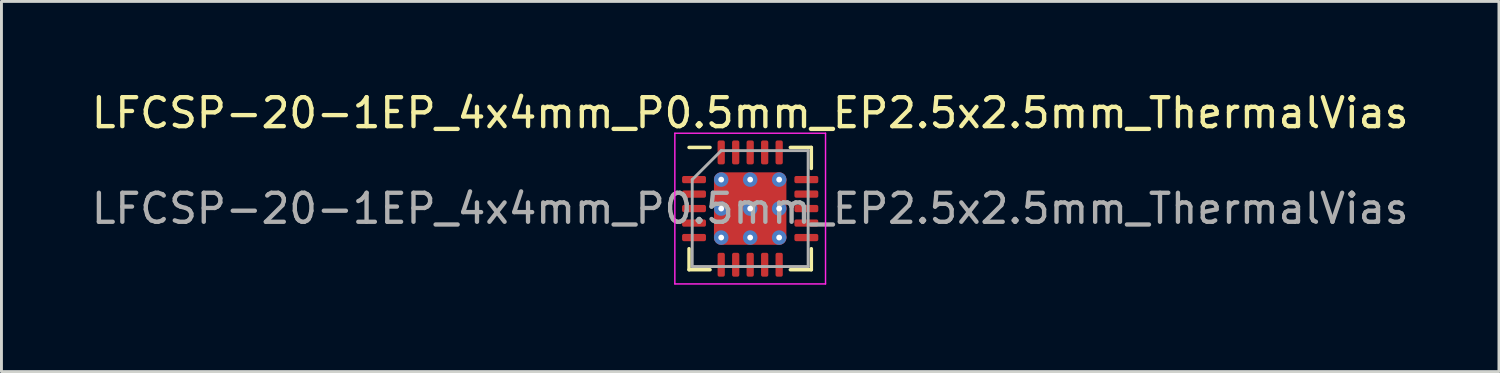
<source format=kicad_pcb>
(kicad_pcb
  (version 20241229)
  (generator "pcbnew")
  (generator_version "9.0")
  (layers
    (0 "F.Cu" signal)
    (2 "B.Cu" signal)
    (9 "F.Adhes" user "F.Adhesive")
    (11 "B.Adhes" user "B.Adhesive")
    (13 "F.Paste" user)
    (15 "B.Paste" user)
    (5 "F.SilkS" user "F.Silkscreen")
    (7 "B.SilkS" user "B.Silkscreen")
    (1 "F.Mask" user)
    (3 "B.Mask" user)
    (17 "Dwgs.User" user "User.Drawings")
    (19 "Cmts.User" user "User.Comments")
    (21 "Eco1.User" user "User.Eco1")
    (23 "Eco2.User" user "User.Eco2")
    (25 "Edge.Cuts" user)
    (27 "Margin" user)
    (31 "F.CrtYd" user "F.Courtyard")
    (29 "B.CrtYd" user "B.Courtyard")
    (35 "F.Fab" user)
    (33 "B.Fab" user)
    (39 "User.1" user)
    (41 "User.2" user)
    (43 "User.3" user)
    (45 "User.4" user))
  (footprint "LFCSP-20-1EP_4x4mm_P0.5mm_EP2.5x2.5mm_ThermalVias"
    (layer "F.Cu")
    (at 22.839 4.148)
    (property "Reference" "LFCSP-20-1EP_4x4mm_P0.5mm_EP2.5x2.5mm_ThermalVias" (at 0 -3.3 0) (layer "F.SilkS") (effects (font (size 1 1) (thickness 0.15))))
    (attr smd)
    (fp_line (start -2.11 2.11) (end -2.11 1.385) (stroke (width 0.12) (type solid)) (layer "F.SilkS"))
    (fp_line (start -1.385 -2.11) (end -2.11 -2.11) (stroke (width 0.12) (type solid)) (layer "F.SilkS"))
    (fp_line (start -1.385 2.11) (end -2.11 2.11) (stroke (width 0.12) (type solid)) (layer "F.SilkS"))
    (fp_line (start 1.385 -2.11) (end 2.11 -2.11) (stroke (width 0.12) (type solid)) (layer "F.SilkS"))
    (fp_line (start 1.385 2.11) (end 2.11 2.11) (stroke (width 0.12) (type solid)) (layer "F.SilkS"))
    (fp_line (start 2.11 -2.11) (end 2.11 -1.385) (stroke (width 0.12) (type solid)) (layer "F.SilkS"))
    (fp_line (start 2.11 2.11) (end 2.11 1.385) (stroke (width 0.12) (type solid)) (layer "F.SilkS"))
    (fp_line (start -2.6 -2.6) (end -2.6 2.6) (stroke (width 0.05) (type solid)) (layer "F.CrtYd"))
    (fp_line (start -2.6 2.6) (end 2.6 2.6) (stroke (width 0.05) (type solid)) (layer "F.CrtYd"))
    (fp_line (start 2.6 -2.6) (end -2.6 -2.6) (stroke (width 0.05) (type solid)) (layer "F.CrtYd"))
    (fp_line (start 2.6 2.6) (end 2.6 -2.6) (stroke (width 0.05) (type solid)) (layer "F.CrtYd"))
    (fp_line (start -2 -1) (end -1 -2) (stroke (width 0.1) (type solid)) (layer "F.Fab"))
    (fp_line (start -2 2) (end -2 -1) (stroke (width 0.1) (type solid)) (layer "F.Fab"))
    (fp_line (start -1 -2) (end 2 -2) (stroke (width 0.1) (type solid)) (layer "F.Fab"))
    (fp_line (start 2 -2) (end 2 2) (stroke (width 0.1) (type solid)) (layer "F.Fab"))
    (fp_line (start 2 2) (end -2 2) (stroke (width 0.1) (type solid)) (layer "F.Fab"))
    (fp_text user "${REFERENCE}" (at 0 0 0) (layer "F.Fab") (effects (font (size 1 1) (thickness 0.15))))
    (pad "" smd roundrect (at -0.625 -0.625) (size 1.08 1.08) (layers "F.Paste") (roundrect_rratio 0.231))
    (pad "" smd roundrect (at -0.625 0.625) (size 1.08 1.08) (layers "F.Paste") (roundrect_rratio 0.231))
    (pad "" smd roundrect (at 0.625 -0.625) (size 1.08 1.08) (layers "F.Paste") (roundrect_rratio 0.231))
    (pad "" smd roundrect (at 0.625 0.625) (size 1.08 1.08) (layers "F.Paste") (roundrect_rratio 0.231))
    (pad "1" smd roundrect (at -1.938 -1) (size 0.825 0.25) (layers "F.Cu" "F.Mask" "F.Paste") (roundrect_rratio 0.25))
    (pad "2" smd roundrect (at -1.938 -0.5) (size 0.825 0.25) (layers "F.Cu" "F.Mask" "F.Paste") (roundrect_rratio 0.25))
    (pad "3" smd roundrect (at -1.938 0) (size 0.825 0.25) (layers "F.Cu" "F.Mask" "F.Paste") (roundrect_rratio 0.25))
    (pad "4" smd roundrect (at -1.938 0.5) (size 0.825 0.25) (layers "F.Cu" "F.Mask" "F.Paste") (roundrect_rratio 0.25))
    (pad "5" smd roundrect (at -1.938 1) (size 0.825 0.25) (layers "F.Cu" "F.Mask" "F.Paste") (roundrect_rratio 0.25))
    (pad "6" smd roundrect (at -1 1.938) (size 0.25 0.825) (layers "F.Cu" "F.Mask" "F.Paste") (roundrect_rratio 0.25))
    (pad "7" smd roundrect (at -0.5 1.938) (size 0.25 0.825) (layers "F.Cu" "F.Mask" "F.Paste") (roundrect_rratio 0.25))
    (pad "8" smd roundrect (at 0 1.938) (size 0.25 0.825) (layers "F.Cu" "F.Mask" "F.Paste") (roundrect_rratio 0.25))
    (pad "9" smd roundrect (at 0.5 1.938) (size 0.25 0.825) (layers "F.Cu" "F.Mask" "F.Paste") (roundrect_rratio 0.25))
    (pad "10" smd roundrect (at 1 1.938) (size 0.25 0.825) (layers "F.Cu" "F.Mask" "F.Paste") (roundrect_rratio 0.25))
    (pad "11" smd roundrect (at 1.938 1) (size 0.825 0.25) (layers "F.Cu" "F.Mask" "F.Paste") (roundrect_rratio 0.25))
    (pad "12" smd roundrect (at 1.938 0.5) (size 0.825 0.25) (layers "F.Cu" "F.Mask" "F.Paste") (roundrect_rratio 0.25))
    (pad "13" smd roundrect (at 1.938 0) (size 0.825 0.25) (layers "F.Cu" "F.Mask" "F.Paste") (roundrect_rratio 0.25))
    (pad "14" smd roundrect (at 1.938 -0.5) (size 0.825 0.25) (layers "F.Cu" "F.Mask" "F.Paste") (roundrect_rratio 0.25))
    (pad "15" smd roundrect (at 1.938 -1) (size 0.825 0.25) (layers "F.Cu" "F.Mask" "F.Paste") (roundrect_rratio 0.25))
    (pad "16" smd roundrect (at 1 -1.938) (size 0.25 0.825) (layers "F.Cu" "F.Mask" "F.Paste") (roundrect_rratio 0.25))
    (pad "17" smd roundrect (at 0.5 -1.938) (size 0.25 0.825) (layers "F.Cu" "F.Mask" "F.Paste") (roundrect_rratio 0.25))
    (pad "18" smd roundrect (at 0 -1.938) (size 0.25 0.825) (layers "F.Cu" "F.Mask" "F.Paste") (roundrect_rratio 0.25))
    (pad "19" smd roundrect (at -0.5 -1.938) (size 0.25 0.825) (layers "F.Cu" "F.Mask" "F.Paste") (roundrect_rratio 0.25))
    (pad "20" smd roundrect (at -1 -1.938) (size 0.25 0.825) (layers "F.Cu" "F.Mask" "F.Paste") (roundrect_rratio 0.25))
    (pad "21" thru_hole circle (at -1 -1) (size 0.5 0.5) (drill 0.2) (layers "*.Cu"))
    (pad "21" thru_hole circle (at -1 0) (size 0.5 0.5) (drill 0.2) (layers "*.Cu"))
    (pad "21" thru_hole circle (at -1 1) (size 0.5 0.5) (drill 0.2) (layers "*.Cu"))
    (pad "21" thru_hole circle (at 0 -1) (size 0.5 0.5) (drill 0.2) (layers "*.Cu"))
    (pad "21" thru_hole circle (at 0 0) (size 0.5 0.5) (drill 0.2) (layers "*.Cu"))
    (pad "21" smd roundrect (at 0 0) (size 2.5 2.5) (layers "F.Cu" "F.Mask") (roundrect_rratio 0.1))
    (pad "21" thru_hole circle (at 0 1) (size 0.5 0.5) (drill 0.2) (layers "*.Cu"))
    (pad "21" thru_hole circle (at 1 -1) (size 0.5 0.5) (drill 0.2) (layers "*.Cu"))
    (pad "21" thru_hole circle (at 1 0) (size 0.5 0.5) (drill 0.2) (layers "*.Cu"))
    (pad "21" thru_hole circle (at 1 1) (size 0.5 0.5) (drill 0.2) (layers "*.Cu")))
  (gr_rect
    (start -3 -3)
    (end 48.679 9.773)
    (stroke (width 0.1) (type default))
    (fill no)
    (layer "Edge.Cuts")))
</source>
